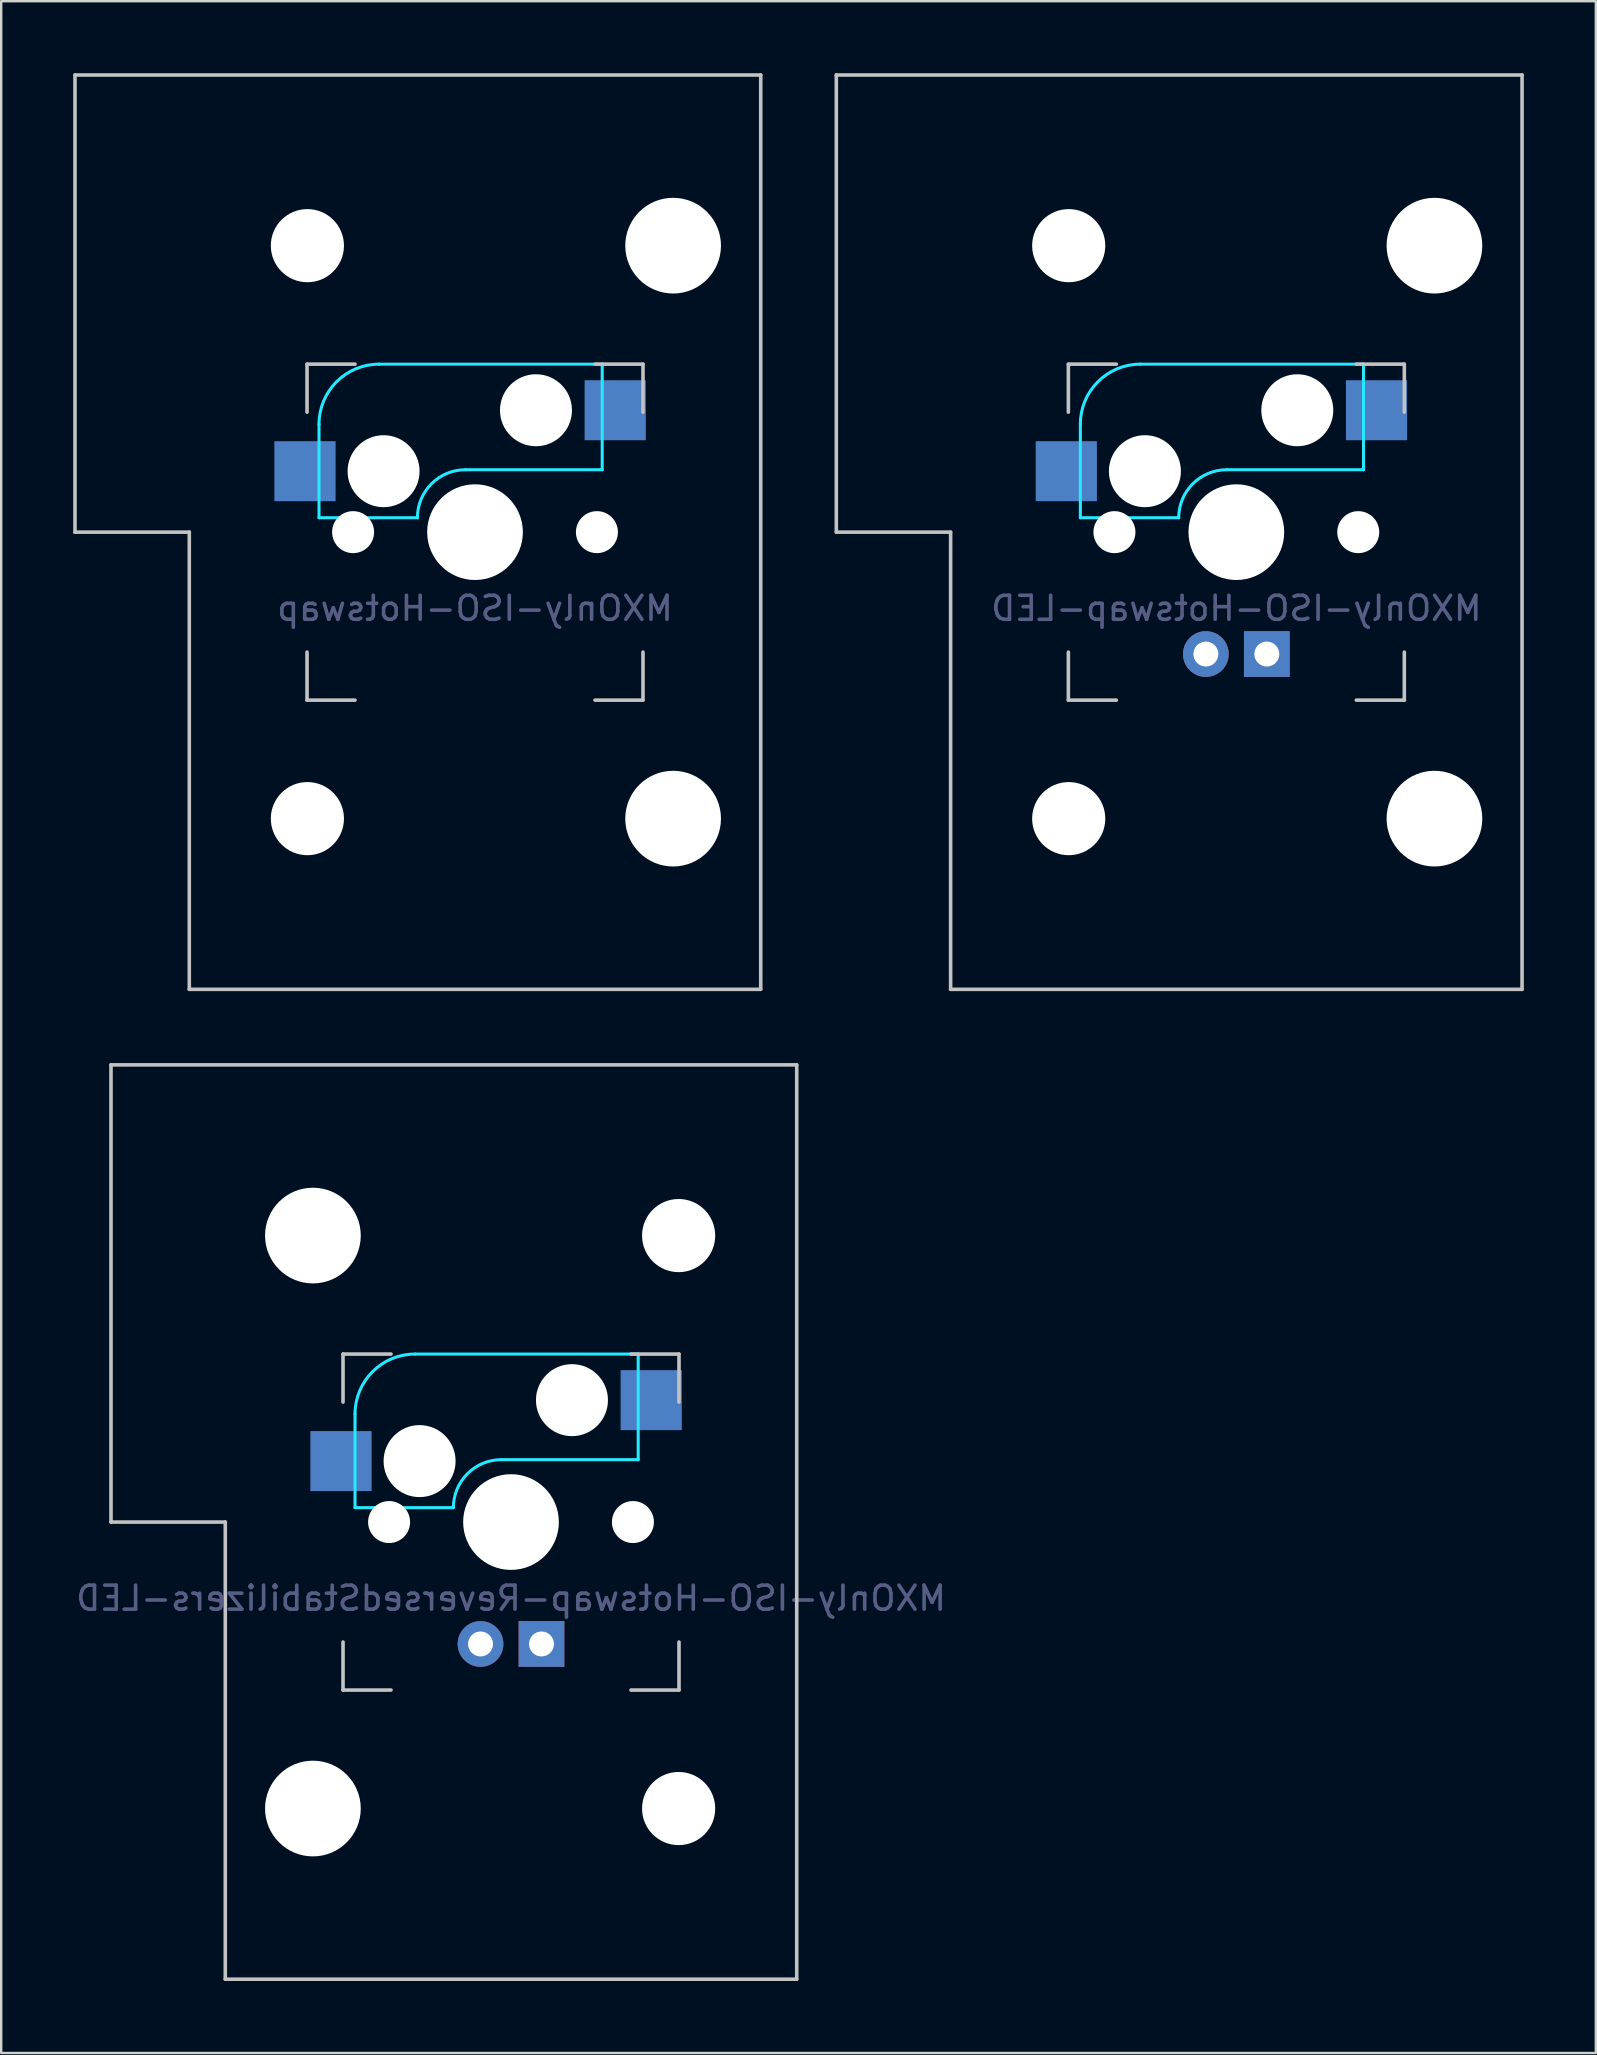
<source format=kicad_pcb>
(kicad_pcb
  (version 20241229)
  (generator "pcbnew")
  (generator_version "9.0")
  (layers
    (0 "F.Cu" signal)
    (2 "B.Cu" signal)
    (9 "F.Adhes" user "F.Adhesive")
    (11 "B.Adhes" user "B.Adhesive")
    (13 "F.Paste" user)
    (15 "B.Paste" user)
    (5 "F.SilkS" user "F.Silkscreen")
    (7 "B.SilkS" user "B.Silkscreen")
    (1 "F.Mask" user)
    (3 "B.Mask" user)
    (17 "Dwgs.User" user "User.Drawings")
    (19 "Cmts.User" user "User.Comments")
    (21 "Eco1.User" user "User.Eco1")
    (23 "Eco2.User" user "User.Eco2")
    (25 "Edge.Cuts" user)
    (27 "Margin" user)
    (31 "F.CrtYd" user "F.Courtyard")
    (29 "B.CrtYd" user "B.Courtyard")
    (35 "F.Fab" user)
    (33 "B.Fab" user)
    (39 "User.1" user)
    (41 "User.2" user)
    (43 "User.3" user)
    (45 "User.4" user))
  (footprint "MXOnly-ISO-Hotswap"
    (layer "F.Cu")
    (at 16.744 19.125)
    (property "Reference" "MXOnly-ISO-Hotswap" (at 0 3.175 0) (layer "B.Fab") (effects (font (size 1 1) (thickness 0.15)) (justify mirror)))
    (attr through_hole)
    (fp_line (start -16.669 -19.05) (end -16.669 0) (stroke (width 0.15) (type solid)) (layer "Dwgs.User"))
    (fp_line (start -16.669 -19.05) (end 11.906 -19.05) (stroke (width 0.15) (type solid)) (layer "Dwgs.User"))
    (fp_line (start -11.906 0) (end -16.669 0) (stroke (width 0.15) (type solid)) (layer "Dwgs.User"))
    (fp_line (start -11.906 19.05) (end -11.906 0) (stroke (width 0.15) (type solid)) (layer "Dwgs.User"))
    (fp_line (start -11.906 19.05) (end 11.906 19.05) (stroke (width 0.15) (type solid)) (layer "Dwgs.User"))
    (fp_line (start -7 -7) (end -7 -5) (stroke (width 0.15) (type solid)) (layer "Dwgs.User"))
    (fp_line (start -7 5) (end -7 7) (stroke (width 0.15) (type solid)) (layer "Dwgs.User"))
    (fp_line (start -7 7) (end -5 7) (stroke (width 0.15) (type solid)) (layer "Dwgs.User"))
    (fp_line (start -5 -7) (end -7 -7) (stroke (width 0.15) (type solid)) (layer "Dwgs.User"))
    (fp_line (start 5 -7) (end 7 -7) (stroke (width 0.15) (type solid)) (layer "Dwgs.User"))
    (fp_line (start 5 7) (end 7 7) (stroke (width 0.15) (type solid)) (layer "Dwgs.User"))
    (fp_line (start 7 -7) (end 7 -5) (stroke (width 0.15) (type solid)) (layer "Dwgs.User"))
    (fp_line (start 7 7) (end 7 5) (stroke (width 0.15) (type solid)) (layer "Dwgs.User"))
    (fp_line (start 11.906 -19.05) (end 11.906 19.05) (stroke (width 0.15) (type solid)) (layer "Dwgs.User"))
    (fp_line (start -6.5 -4.5) (end -6.5 -0.6) (stroke (width 0.127) (type solid)) (layer "B.CrtYd"))
    (fp_line (start -6.5 -0.6) (end -2.4 -0.6) (stroke (width 0.127) (type solid)) (layer "B.CrtYd"))
    (fp_line (start -0.4 -2.6) (end 5.3 -2.6) (stroke (width 0.127) (type solid)) (layer "B.CrtYd"))
    (fp_line (start 5.3 -7) (end -4 -7) (stroke (width 0.127) (type solid)) (layer "B.CrtYd"))
    (fp_line (start 5.3 -7) (end 5.3 -2.6) (stroke (width 0.127) (type solid)) (layer "B.CrtYd"))
    (fp_arc (start -6.5 -4.5) (mid -5.767767 -6.267767) (end -4 -7) (stroke (width 0.127) (type solid)) (layer "B.CrtYd"))
    (fp_arc (start -2.4 -0.6) (mid -1.814214 -2.014214) (end -0.4 -2.6) (stroke (width 0.127) (type solid)) (layer "B.CrtYd"))
    (pad "" np_thru_hole circle (at -6.985 -11.938) (size 3.048 3.048) (drill 3.048) (layers "*.Cu" "*.Mask"))
    (pad "" np_thru_hole circle (at -6.985 11.938) (size 3.048 3.048) (drill 3.048) (layers "*.Cu" "*.Mask"))
    (pad "" np_thru_hole circle (at -5.08 0 48.1) (size 1.75 1.75) (drill 1.75) (layers "*.Cu" "*.Mask"))
    (pad "" np_thru_hole circle (at -3.81 -2.54) (size 3 3) (drill 3) (layers "*.Cu" "*.Mask"))
    (pad "" np_thru_hole circle (at 0 0) (size 3.988 3.988) (drill 3.988) (layers "*.Cu" "*.Mask"))
    (pad "" np_thru_hole circle (at 2.54 -5.08) (size 3 3) (drill 3) (layers "*.Cu" "*.Mask"))
    (pad "" np_thru_hole circle (at 5.08 0 48.1) (size 1.75 1.75) (drill 1.75) (layers "*.Cu" "*.Mask"))
    (pad "" np_thru_hole circle (at 8.255 -11.938) (size 3.988 3.988) (drill 3.988) (layers "*.Cu" "*.Mask"))
    (pad "" np_thru_hole circle (at 8.255 11.938) (size 3.988 3.988) (drill 3.988) (layers "*.Cu" "*.Mask"))
    (pad "1" smd rect (at -7.085 -2.54) (size 2.55 2.5) (layers "B.Cu" "B.Mask" "B.Paste"))
    (pad "2" smd rect (at 5.842 -5.08) (size 2.55 2.5) (layers "B.Cu" "B.Mask" "B.Paste")))
  (footprint "MXOnly-ISO-Hotswap-LED"
    (layer "F.Cu")
    (at 48.469 19.125)
    (property "Reference" "MXOnly-ISO-Hotswap-LED" (at 0 3.175 0) (layer "B.Fab") (effects (font (size 1 1) (thickness 0.15)) (justify mirror)))
    (attr through_hole)
    (fp_line (start -16.669 -19.05) (end -16.669 0) (stroke (width 0.15) (type solid)) (layer "Dwgs.User"))
    (fp_line (start -16.669 -19.05) (end 11.906 -19.05) (stroke (width 0.15) (type solid)) (layer "Dwgs.User"))
    (fp_line (start -11.906 0) (end -16.669 0) (stroke (width 0.15) (type solid)) (layer "Dwgs.User"))
    (fp_line (start -11.906 19.05) (end -11.906 0) (stroke (width 0.15) (type solid)) (layer "Dwgs.User"))
    (fp_line (start -11.906 19.05) (end 11.906 19.05) (stroke (width 0.15) (type solid)) (layer "Dwgs.User"))
    (fp_line (start -7 -7) (end -7 -5) (stroke (width 0.15) (type solid)) (layer "Dwgs.User"))
    (fp_line (start -7 5) (end -7 7) (stroke (width 0.15) (type solid)) (layer "Dwgs.User"))
    (fp_line (start -7 7) (end -5 7) (stroke (width 0.15) (type solid)) (layer "Dwgs.User"))
    (fp_line (start -5 -7) (end -7 -7) (stroke (width 0.15) (type solid)) (layer "Dwgs.User"))
    (fp_line (start 5 -7) (end 7 -7) (stroke (width 0.15) (type solid)) (layer "Dwgs.User"))
    (fp_line (start 5 7) (end 7 7) (stroke (width 0.15) (type solid)) (layer "Dwgs.User"))
    (fp_line (start 7 -7) (end 7 -5) (stroke (width 0.15) (type solid)) (layer "Dwgs.User"))
    (fp_line (start 7 7) (end 7 5) (stroke (width 0.15) (type solid)) (layer "Dwgs.User"))
    (fp_line (start 11.906 -19.05) (end 11.906 19.05) (stroke (width 0.15) (type solid)) (layer "Dwgs.User"))
    (fp_line (start -6.5 -4.5) (end -6.5 -0.6) (stroke (width 0.127) (type solid)) (layer "B.CrtYd"))
    (fp_line (start -6.5 -0.6) (end -2.4 -0.6) (stroke (width 0.127) (type solid)) (layer "B.CrtYd"))
    (fp_line (start -0.4 -2.6) (end 5.3 -2.6) (stroke (width 0.127) (type solid)) (layer "B.CrtYd"))
    (fp_line (start 5.3 -7) (end -4 -7) (stroke (width 0.127) (type solid)) (layer "B.CrtYd"))
    (fp_line (start 5.3 -7) (end 5.3 -2.6) (stroke (width 0.127) (type solid)) (layer "B.CrtYd"))
    (fp_arc (start -6.5 -4.5) (mid -5.767767 -6.267767) (end -4 -7) (stroke (width 0.127) (type solid)) (layer "B.CrtYd"))
    (fp_arc (start -2.4 -0.6) (mid -1.814214 -2.014214) (end -0.4 -2.6) (stroke (width 0.127) (type solid)) (layer "B.CrtYd"))
    (pad "" np_thru_hole circle (at -6.985 -11.938) (size 3.048 3.048) (drill 3.048) (layers "*.Cu" "*.Mask"))
    (pad "" np_thru_hole circle (at -6.985 11.938) (size 3.048 3.048) (drill 3.048) (layers "*.Cu" "*.Mask"))
    (pad "" np_thru_hole circle (at -5.08 0 48.1) (size 1.75 1.75) (drill 1.75) (layers "*.Cu" "*.Mask"))
    (pad "" np_thru_hole circle (at -3.81 -2.54) (size 3 3) (drill 3) (layers "*.Cu" "*.Mask"))
    (pad "" np_thru_hole circle (at 0 0) (size 3.988 3.988) (drill 3.988) (layers "*.Cu" "*.Mask"))
    (pad "" np_thru_hole circle (at 2.54 -5.08) (size 3 3) (drill 3) (layers "*.Cu" "*.Mask"))
    (pad "" np_thru_hole circle (at 5.08 0 48.1) (size 1.75 1.75) (drill 1.75) (layers "*.Cu" "*.Mask"))
    (pad "" np_thru_hole circle (at 8.255 -11.938) (size 3.988 3.988) (drill 3.988) (layers "*.Cu" "*.Mask"))
    (pad "" np_thru_hole circle (at 8.255 11.938) (size 3.988 3.988) (drill 3.988) (layers "*.Cu" "*.Mask"))
    (pad "1" smd rect (at -7.085 -2.54) (size 2.55 2.5) (layers "B.Cu" "B.Mask" "B.Paste"))
    (pad "2" smd rect (at 5.842 -5.08) (size 2.55 2.5) (layers "B.Cu" "B.Mask" "B.Paste"))
    (pad "3" thru_hole circle (at -1.27 5.08) (size 1.905 1.905) (drill 1.04) (layers "*.Cu" "B.Mask"))
    (pad "4" thru_hole rect (at 1.27 5.08) (size 1.905 1.905) (drill 1.04) (layers "*.Cu" "B.Mask")))
  (footprint "MXOnly-ISO-Hotswap-ReversedStabilizers-LED"
    (layer "F.Cu")
    (at 18.244 60.375)
    (property "Reference" "MXOnly-ISO-Hotswap-ReversedStabilizers-LED" (at 0 3.175 0) (layer "B.Fab") (effects (font (size 1 1) (thickness 0.15)) (justify mirror)))
    (attr through_hole)
    (fp_line (start -16.669 -19.05) (end -16.669 0) (stroke (width 0.15) (type solid)) (layer "Dwgs.User"))
    (fp_line (start -16.669 -19.05) (end 11.906 -19.05) (stroke (width 0.15) (type solid)) (layer "Dwgs.User"))
    (fp_line (start -11.906 0) (end -16.669 0) (stroke (width 0.15) (type solid)) (layer "Dwgs.User"))
    (fp_line (start -11.906 19.05) (end -11.906 0) (stroke (width 0.15) (type solid)) (layer "Dwgs.User"))
    (fp_line (start -11.906 19.05) (end 11.906 19.05) (stroke (width 0.15) (type solid)) (layer "Dwgs.User"))
    (fp_line (start -7 -7) (end -7 -5) (stroke (width 0.15) (type solid)) (layer "Dwgs.User"))
    (fp_line (start -7 5) (end -7 7) (stroke (width 0.15) (type solid)) (layer "Dwgs.User"))
    (fp_line (start -7 7) (end -5 7) (stroke (width 0.15) (type solid)) (layer "Dwgs.User"))
    (fp_line (start -5 -7) (end -7 -7) (stroke (width 0.15) (type solid)) (layer "Dwgs.User"))
    (fp_line (start 5 -7) (end 7 -7) (stroke (width 0.15) (type solid)) (layer "Dwgs.User"))
    (fp_line (start 5 7) (end 7 7) (stroke (width 0.15) (type solid)) (layer "Dwgs.User"))
    (fp_line (start 7 -7) (end 7 -5) (stroke (width 0.15) (type solid)) (layer "Dwgs.User"))
    (fp_line (start 7 7) (end 7 5) (stroke (width 0.15) (type solid)) (layer "Dwgs.User"))
    (fp_line (start 11.906 -19.05) (end 11.906 19.05) (stroke (width 0.15) (type solid)) (layer "Dwgs.User"))
    (fp_line (start -6.5 -4.5) (end -6.5 -0.6) (stroke (width 0.127) (type solid)) (layer "B.CrtYd"))
    (fp_line (start -6.5 -0.6) (end -2.4 -0.6) (stroke (width 0.127) (type solid)) (layer "B.CrtYd"))
    (fp_line (start -0.4 -2.6) (end 5.3 -2.6) (stroke (width 0.127) (type solid)) (layer "B.CrtYd"))
    (fp_line (start 5.3 -7) (end -4 -7) (stroke (width 0.127) (type solid)) (layer "B.CrtYd"))
    (fp_line (start 5.3 -7) (end 5.3 -2.6) (stroke (width 0.127) (type solid)) (layer "B.CrtYd"))
    (fp_arc (start -6.5 -4.5) (mid -5.767767 -6.267767) (end -4 -7) (stroke (width 0.127) (type solid)) (layer "B.CrtYd"))
    (fp_arc (start -2.4 -0.6) (mid -1.814214 -2.014214) (end -0.4 -2.6) (stroke (width 0.127) (type solid)) (layer "B.CrtYd"))
    (pad "" np_thru_hole circle (at -8.255 -11.938) (size 3.988 3.988) (drill 3.988) (layers "*.Cu" "*.Mask"))
    (pad "" np_thru_hole circle (at -8.255 11.938) (size 3.988 3.988) (drill 3.988) (layers "*.Cu" "*.Mask"))
    (pad "" np_thru_hole circle (at -5.08 0 48.1) (size 1.75 1.75) (drill 1.75) (layers "*.Cu" "*.Mask"))
    (pad "" np_thru_hole circle (at -3.81 -2.54) (size 3 3) (drill 3) (layers "*.Cu" "*.Mask"))
    (pad "" np_thru_hole circle (at 0 0) (size 3.988 3.988) (drill 3.988) (layers "*.Cu" "*.Mask"))
    (pad "" np_thru_hole circle (at 2.54 -5.08) (size 3 3) (drill 3) (layers "*.Cu" "*.Mask"))
    (pad "" np_thru_hole circle (at 5.08 0 48.1) (size 1.75 1.75) (drill 1.75) (layers "*.Cu" "*.Mask"))
    (pad "" np_thru_hole circle (at 6.985 -11.938) (size 3.048 3.048) (drill 3.048) (layers "*.Cu" "*.Mask"))
    (pad "" np_thru_hole circle (at 6.985 11.938) (size 3.048 3.048) (drill 3.048) (layers "*.Cu" "*.Mask"))
    (pad "1" smd rect (at -7.085 -2.54) (size 2.55 2.5) (layers "B.Cu" "B.Mask" "B.Paste"))
    (pad "2" smd rect (at 5.842 -5.08) (size 2.55 2.5) (layers "B.Cu" "B.Mask" "B.Paste"))
    (pad "3" thru_hole circle (at -1.27 5.08) (size 1.905 1.905) (drill 1.04) (layers "*.Cu" "B.Mask"))
    (pad "4" thru_hole rect (at 1.27 5.08) (size 1.905 1.905) (drill 1.04) (layers "*.Cu" "B.Mask")))
  (gr_rect
    (start -3 -3)
    (end 63.45 82.5)
    (stroke (width 0.1) (type default))
    (fill no)
    (layer "Edge.Cuts")))
</source>
